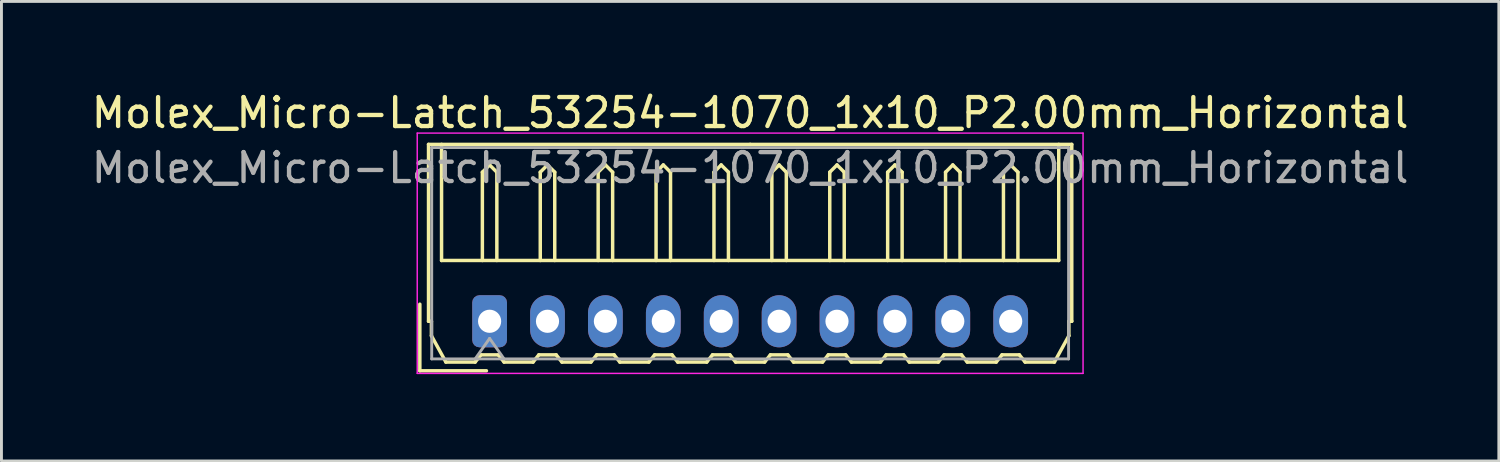
<source format=kicad_pcb>
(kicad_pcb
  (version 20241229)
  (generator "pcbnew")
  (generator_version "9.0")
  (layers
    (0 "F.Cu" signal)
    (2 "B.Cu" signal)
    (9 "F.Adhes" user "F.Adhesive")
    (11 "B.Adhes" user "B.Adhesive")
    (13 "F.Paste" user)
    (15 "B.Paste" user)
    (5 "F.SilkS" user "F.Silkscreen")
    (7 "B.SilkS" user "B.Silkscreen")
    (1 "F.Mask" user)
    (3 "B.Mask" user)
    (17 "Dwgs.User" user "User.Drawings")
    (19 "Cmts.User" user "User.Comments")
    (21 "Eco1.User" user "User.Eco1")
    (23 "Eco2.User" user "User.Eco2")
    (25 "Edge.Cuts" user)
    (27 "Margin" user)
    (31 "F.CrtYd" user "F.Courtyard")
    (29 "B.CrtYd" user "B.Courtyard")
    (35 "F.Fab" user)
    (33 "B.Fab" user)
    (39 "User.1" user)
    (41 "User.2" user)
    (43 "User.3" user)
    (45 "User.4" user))
  (footprint "Molex_Micro-Latch_53254-1070_1x10_P2.00mm_Horizontal"
    (layer "F.Cu")
    (at 13.863 8.048)
    (property "Reference" "Molex_Micro-Latch_53254-1070_1x10_P2.00mm_Horizontal" (at 9 -7.2 0) (layer "F.SilkS") (effects (font (size 1 1) (thickness 0.15))))
    (attr through_hole)
    (fp_line (start -2.41 1.71) (end -2.41 -0.59) (stroke (width 0.12) (type solid)) (layer "F.SilkS"))
    (fp_line (start -2.11 -6.11) (end 9 -6.11) (stroke (width 0.12) (type solid)) (layer "F.SilkS"))
    (fp_line (start -2.11 0) (end -2.11 -6.11) (stroke (width 0.12) (type solid)) (layer "F.SilkS"))
    (fp_line (start -2.01 0) (end -2.11 0) (stroke (width 0.12) (type solid)) (layer "F.SilkS"))
    (fp_line (start -2.01 0.5) (end -2.01 0) (stroke (width 0.12) (type solid)) (layer "F.SilkS"))
    (fp_line (start -1.66 -6.11) (end -1.66 -2.1) (stroke (width 0.12) (type solid)) (layer "F.SilkS"))
    (fp_line (start -1.66 -2.1) (end 19.66 -2.1) (stroke (width 0.12) (type solid)) (layer "F.SilkS"))
    (fp_line (start -1.51 1.41) (end -2.01 0.5) (stroke (width 0.12) (type solid)) (layer "F.SilkS"))
    (fp_line (start -0.5 1.41) (end -1.51 1.41) (stroke (width 0.12) (type solid)) (layer "F.SilkS"))
    (fp_line (start -0.3 1.16) (end -0.5 1.41) (stroke (width 0.12) (type solid)) (layer "F.SilkS"))
    (fp_line (start -0.3 1.16) (end 0.3 1.16) (stroke (width 0.12) (type solid)) (layer "F.SilkS"))
    (fp_line (start -0.25 -5.15) (end 0 -5.4) (stroke (width 0.12) (type solid)) (layer "F.SilkS"))
    (fp_line (start -0.25 -2.1) (end -0.25 -5.15) (stroke (width 0.12) (type solid)) (layer "F.SilkS"))
    (fp_line (start -0.11 1.71) (end -2.41 1.71) (stroke (width 0.12) (type solid)) (layer "F.SilkS"))
    (fp_line (start 0 -5.4) (end 0.25 -5.15) (stroke (width 0.12) (type solid)) (layer "F.SilkS"))
    (fp_line (start 0.25 -5.15) (end 0.25 -2.1) (stroke (width 0.12) (type solid)) (layer "F.SilkS"))
    (fp_line (start 0.3 1.16) (end 0.5 1.41) (stroke (width 0.12) (type solid)) (layer "F.SilkS"))
    (fp_line (start 0.5 1.41) (end 1.5 1.41) (stroke (width 0.12) (type solid)) (layer "F.SilkS"))
    (fp_line (start 1.5 1.41) (end 1.7 1.16) (stroke (width 0.12) (type solid)) (layer "F.SilkS"))
    (fp_line (start 1.7 1.16) (end 2.3 1.16) (stroke (width 0.12) (type solid)) (layer "F.SilkS"))
    (fp_line (start 1.75 -5.15) (end 2 -5.4) (stroke (width 0.12) (type solid)) (layer "F.SilkS"))
    (fp_line (start 1.75 -2.1) (end 1.75 -5.15) (stroke (width 0.12) (type solid)) (layer "F.SilkS"))
    (fp_line (start 2 -5.4) (end 2.25 -5.15) (stroke (width 0.12) (type solid)) (layer "F.SilkS"))
    (fp_line (start 2.25 -5.15) (end 2.25 -2.1) (stroke (width 0.12) (type solid)) (layer "F.SilkS"))
    (fp_line (start 2.3 1.16) (end 2.5 1.41) (stroke (width 0.12) (type solid)) (layer "F.SilkS"))
    (fp_line (start 2.5 1.41) (end 3.5 1.41) (stroke (width 0.12) (type solid)) (layer "F.SilkS"))
    (fp_line (start 3.5 1.41) (end 3.7 1.16) (stroke (width 0.12) (type solid)) (layer "F.SilkS"))
    (fp_line (start 3.7 1.16) (end 4.3 1.16) (stroke (width 0.12) (type solid)) (layer "F.SilkS"))
    (fp_line (start 3.75 -5.15) (end 4 -5.4) (stroke (width 0.12) (type solid)) (layer "F.SilkS"))
    (fp_line (start 3.75 -2.1) (end 3.75 -5.15) (stroke (width 0.12) (type solid)) (layer "F.SilkS"))
    (fp_line (start 4 -5.4) (end 4.25 -5.15) (stroke (width 0.12) (type solid)) (layer "F.SilkS"))
    (fp_line (start 4.25 -5.15) (end 4.25 -2.1) (stroke (width 0.12) (type solid)) (layer "F.SilkS"))
    (fp_line (start 4.3 1.16) (end 4.5 1.41) (stroke (width 0.12) (type solid)) (layer "F.SilkS"))
    (fp_line (start 4.5 1.41) (end 5.5 1.41) (stroke (width 0.12) (type solid)) (layer "F.SilkS"))
    (fp_line (start 5.5 1.41) (end 5.7 1.16) (stroke (width 0.12) (type solid)) (layer "F.SilkS"))
    (fp_line (start 5.7 1.16) (end 6.3 1.16) (stroke (width 0.12) (type solid)) (layer "F.SilkS"))
    (fp_line (start 5.75 -5.15) (end 6 -5.4) (stroke (width 0.12) (type solid)) (layer "F.SilkS"))
    (fp_line (start 5.75 -2.1) (end 5.75 -5.15) (stroke (width 0.12) (type solid)) (layer "F.SilkS"))
    (fp_line (start 6 -5.4) (end 6.25 -5.15) (stroke (width 0.12) (type solid)) (layer "F.SilkS"))
    (fp_line (start 6.25 -5.15) (end 6.25 -2.1) (stroke (width 0.12) (type solid)) (layer "F.SilkS"))
    (fp_line (start 6.3 1.16) (end 6.5 1.41) (stroke (width 0.12) (type solid)) (layer "F.SilkS"))
    (fp_line (start 6.5 1.41) (end 7.5 1.41) (stroke (width 0.12) (type solid)) (layer "F.SilkS"))
    (fp_line (start 7.5 1.41) (end 7.7 1.16) (stroke (width 0.12) (type solid)) (layer "F.SilkS"))
    (fp_line (start 7.7 1.16) (end 8.3 1.16) (stroke (width 0.12) (type solid)) (layer "F.SilkS"))
    (fp_line (start 7.75 -5.15) (end 8 -5.4) (stroke (width 0.12) (type solid)) (layer "F.SilkS"))
    (fp_line (start 7.75 -2.1) (end 7.75 -5.15) (stroke (width 0.12) (type solid)) (layer "F.SilkS"))
    (fp_line (start 8 -5.4) (end 8.25 -5.15) (stroke (width 0.12) (type solid)) (layer "F.SilkS"))
    (fp_line (start 8.25 -5.15) (end 8.25 -2.1) (stroke (width 0.12) (type solid)) (layer "F.SilkS"))
    (fp_line (start 8.3 1.16) (end 8.5 1.41) (stroke (width 0.12) (type solid)) (layer "F.SilkS"))
    (fp_line (start 8.5 1.41) (end 9.5 1.41) (stroke (width 0.12) (type solid)) (layer "F.SilkS"))
    (fp_line (start 9.5 1.41) (end 9.7 1.16) (stroke (width 0.12) (type solid)) (layer "F.SilkS"))
    (fp_line (start 9.7 1.16) (end 10.3 1.16) (stroke (width 0.12) (type solid)) (layer "F.SilkS"))
    (fp_line (start 9.75 -5.15) (end 10 -5.4) (stroke (width 0.12) (type solid)) (layer "F.SilkS"))
    (fp_line (start 9.75 -2.1) (end 9.75 -5.15) (stroke (width 0.12) (type solid)) (layer "F.SilkS"))
    (fp_line (start 10 -5.4) (end 10.25 -5.15) (stroke (width 0.12) (type solid)) (layer "F.SilkS"))
    (fp_line (start 10.25 -5.15) (end 10.25 -2.1) (stroke (width 0.12) (type solid)) (layer "F.SilkS"))
    (fp_line (start 10.3 1.16) (end 10.5 1.41) (stroke (width 0.12) (type solid)) (layer "F.SilkS"))
    (fp_line (start 10.5 1.41) (end 11.5 1.41) (stroke (width 0.12) (type solid)) (layer "F.SilkS"))
    (fp_line (start 11.5 1.41) (end 11.7 1.16) (stroke (width 0.12) (type solid)) (layer "F.SilkS"))
    (fp_line (start 11.7 1.16) (end 12.3 1.16) (stroke (width 0.12) (type solid)) (layer "F.SilkS"))
    (fp_line (start 11.75 -5.15) (end 12 -5.4) (stroke (width 0.12) (type solid)) (layer "F.SilkS"))
    (fp_line (start 11.75 -2.1) (end 11.75 -5.15) (stroke (width 0.12) (type solid)) (layer "F.SilkS"))
    (fp_line (start 12 -5.4) (end 12.25 -5.15) (stroke (width 0.12) (type solid)) (layer "F.SilkS"))
    (fp_line (start 12.25 -5.15) (end 12.25 -2.1) (stroke (width 0.12) (type solid)) (layer "F.SilkS"))
    (fp_line (start 12.3 1.16) (end 12.5 1.41) (stroke (width 0.12) (type solid)) (layer "F.SilkS"))
    (fp_line (start 12.5 1.41) (end 13.5 1.41) (stroke (width 0.12) (type solid)) (layer "F.SilkS"))
    (fp_line (start 13.5 1.41) (end 13.7 1.16) (stroke (width 0.12) (type solid)) (layer "F.SilkS"))
    (fp_line (start 13.7 1.16) (end 14.3 1.16) (stroke (width 0.12) (type solid)) (layer "F.SilkS"))
    (fp_line (start 13.75 -5.15) (end 14 -5.4) (stroke (width 0.12) (type solid)) (layer "F.SilkS"))
    (fp_line (start 13.75 -2.1) (end 13.75 -5.15) (stroke (width 0.12) (type solid)) (layer "F.SilkS"))
    (fp_line (start 14 -5.4) (end 14.25 -5.15) (stroke (width 0.12) (type solid)) (layer "F.SilkS"))
    (fp_line (start 14.25 -5.15) (end 14.25 -2.1) (stroke (width 0.12) (type solid)) (layer "F.SilkS"))
    (fp_line (start 14.3 1.16) (end 14.5 1.41) (stroke (width 0.12) (type solid)) (layer "F.SilkS"))
    (fp_line (start 14.5 1.41) (end 15.5 1.41) (stroke (width 0.12) (type solid)) (layer "F.SilkS"))
    (fp_line (start 15.5 1.41) (end 15.7 1.16) (stroke (width 0.12) (type solid)) (layer "F.SilkS"))
    (fp_line (start 15.7 1.16) (end 16.3 1.16) (stroke (width 0.12) (type solid)) (layer "F.SilkS"))
    (fp_line (start 15.75 -5.15) (end 16 -5.4) (stroke (width 0.12) (type solid)) (layer "F.SilkS"))
    (fp_line (start 15.75 -2.1) (end 15.75 -5.15) (stroke (width 0.12) (type solid)) (layer "F.SilkS"))
    (fp_line (start 16 -5.4) (end 16.25 -5.15) (stroke (width 0.12) (type solid)) (layer "F.SilkS"))
    (fp_line (start 16.25 -5.15) (end 16.25 -2.1) (stroke (width 0.12) (type solid)) (layer "F.SilkS"))
    (fp_line (start 16.3 1.16) (end 16.5 1.41) (stroke (width 0.12) (type solid)) (layer "F.SilkS"))
    (fp_line (start 16.5 1.41) (end 17.5 1.41) (stroke (width 0.12) (type solid)) (layer "F.SilkS"))
    (fp_line (start 17.5 1.41) (end 17.7 1.16) (stroke (width 0.12) (type solid)) (layer "F.SilkS"))
    (fp_line (start 17.7 1.16) (end 18.3 1.16) (stroke (width 0.12) (type solid)) (layer "F.SilkS"))
    (fp_line (start 17.75 -5.15) (end 18 -5.4) (stroke (width 0.12) (type solid)) (layer "F.SilkS"))
    (fp_line (start 17.75 -2.1) (end 17.75 -5.15) (stroke (width 0.12) (type solid)) (layer "F.SilkS"))
    (fp_line (start 18 -5.4) (end 18.25 -5.15) (stroke (width 0.12) (type solid)) (layer "F.SilkS"))
    (fp_line (start 18.25 -5.15) (end 18.25 -2.1) (stroke (width 0.12) (type solid)) (layer "F.SilkS"))
    (fp_line (start 18.3 1.16) (end 18.5 1.41) (stroke (width 0.12) (type solid)) (layer "F.SilkS"))
    (fp_line (start 18.5 1.41) (end 19.51 1.41) (stroke (width 0.12) (type solid)) (layer "F.SilkS"))
    (fp_line (start 19.51 1.41) (end 20.01 0.5) (stroke (width 0.12) (type solid)) (layer "F.SilkS"))
    (fp_line (start 19.66 -2.1) (end 19.66 -6.11) (stroke (width 0.12) (type solid)) (layer "F.SilkS"))
    (fp_line (start 20.01 0) (end 20.11 0) (stroke (width 0.12) (type solid)) (layer "F.SilkS"))
    (fp_line (start 20.01 0.5) (end 20.01 0) (stroke (width 0.12) (type solid)) (layer "F.SilkS"))
    (fp_line (start 20.11 -6.11) (end 9 -6.11) (stroke (width 0.12) (type solid)) (layer "F.SilkS"))
    (fp_line (start 20.11 0) (end 20.11 -6.11) (stroke (width 0.12) (type solid)) (layer "F.SilkS"))
    (fp_line (start -2.5 -6.5) (end -2.5 1.8) (stroke (width 0.05) (type solid)) (layer "F.CrtYd"))
    (fp_line (start -2.5 1.8) (end 20.5 1.8) (stroke (width 0.05) (type solid)) (layer "F.CrtYd"))
    (fp_line (start 20.5 -6.5) (end -2.5 -6.5) (stroke (width 0.05) (type solid)) (layer "F.CrtYd"))
    (fp_line (start 20.5 1.8) (end 20.5 -6.5) (stroke (width 0.05) (type solid)) (layer "F.CrtYd"))
    (fp_line (start -2 -6) (end -2 1.3) (stroke (width 0.1) (type solid)) (layer "F.Fab"))
    (fp_line (start -2 1.3) (end 20 1.3) (stroke (width 0.1) (type solid)) (layer "F.Fab"))
    (fp_line (start -0.5 1.3) (end 0 0.593) (stroke (width 0.1) (type solid)) (layer "F.Fab"))
    (fp_line (start 0 0.593) (end 0.5 1.3) (stroke (width 0.1) (type solid)) (layer "F.Fab"))
    (fp_line (start 20 -6) (end -2 -6) (stroke (width 0.1) (type solid)) (layer "F.Fab"))
    (fp_line (start 20 1.3) (end 20 -6) (stroke (width 0.1) (type solid)) (layer "F.Fab"))
    (fp_text user "${REFERENCE}" (at 9 -5.3 0) (layer "F.Fab") (effects (font (size 1 1) (thickness 0.15))))
    (pad "1" thru_hole roundrect (at 0 0) (size 1.2 1.8) (drill 0.8) (layers "*.Cu" "*.Mask") (roundrect_rratio 0.208))
    (pad "2" thru_hole oval (at 2 0) (size 1.2 1.8) (drill 0.8) (layers "*.Cu" "*.Mask"))
    (pad "3" thru_hole oval (at 4 0) (size 1.2 1.8) (drill 0.8) (layers "*.Cu" "*.Mask"))
    (pad "4" thru_hole oval (at 6 0) (size 1.2 1.8) (drill 0.8) (layers "*.Cu" "*.Mask"))
    (pad "5" thru_hole oval (at 8 0) (size 1.2 1.8) (drill 0.8) (layers "*.Cu" "*.Mask"))
    (pad "6" thru_hole oval (at 10 0) (size 1.2 1.8) (drill 0.8) (layers "*.Cu" "*.Mask"))
    (pad "7" thru_hole oval (at 12 0) (size 1.2 1.8) (drill 0.8) (layers "*.Cu" "*.Mask"))
    (pad "8" thru_hole oval (at 14 0) (size 1.2 1.8) (drill 0.8) (layers "*.Cu" "*.Mask"))
    (pad "9" thru_hole oval (at 16 0) (size 1.2 1.8) (drill 0.8) (layers "*.Cu" "*.Mask"))
    (pad "10" thru_hole oval (at 18 0) (size 1.2 1.8) (drill 0.8) (layers "*.Cu" "*.Mask")))
  (gr_rect
    (start -3 -3)
    (end 48.726 12.873)
    (stroke (width 0.1) (type default))
    (fill no)
    (layer "Edge.Cuts")))
</source>
